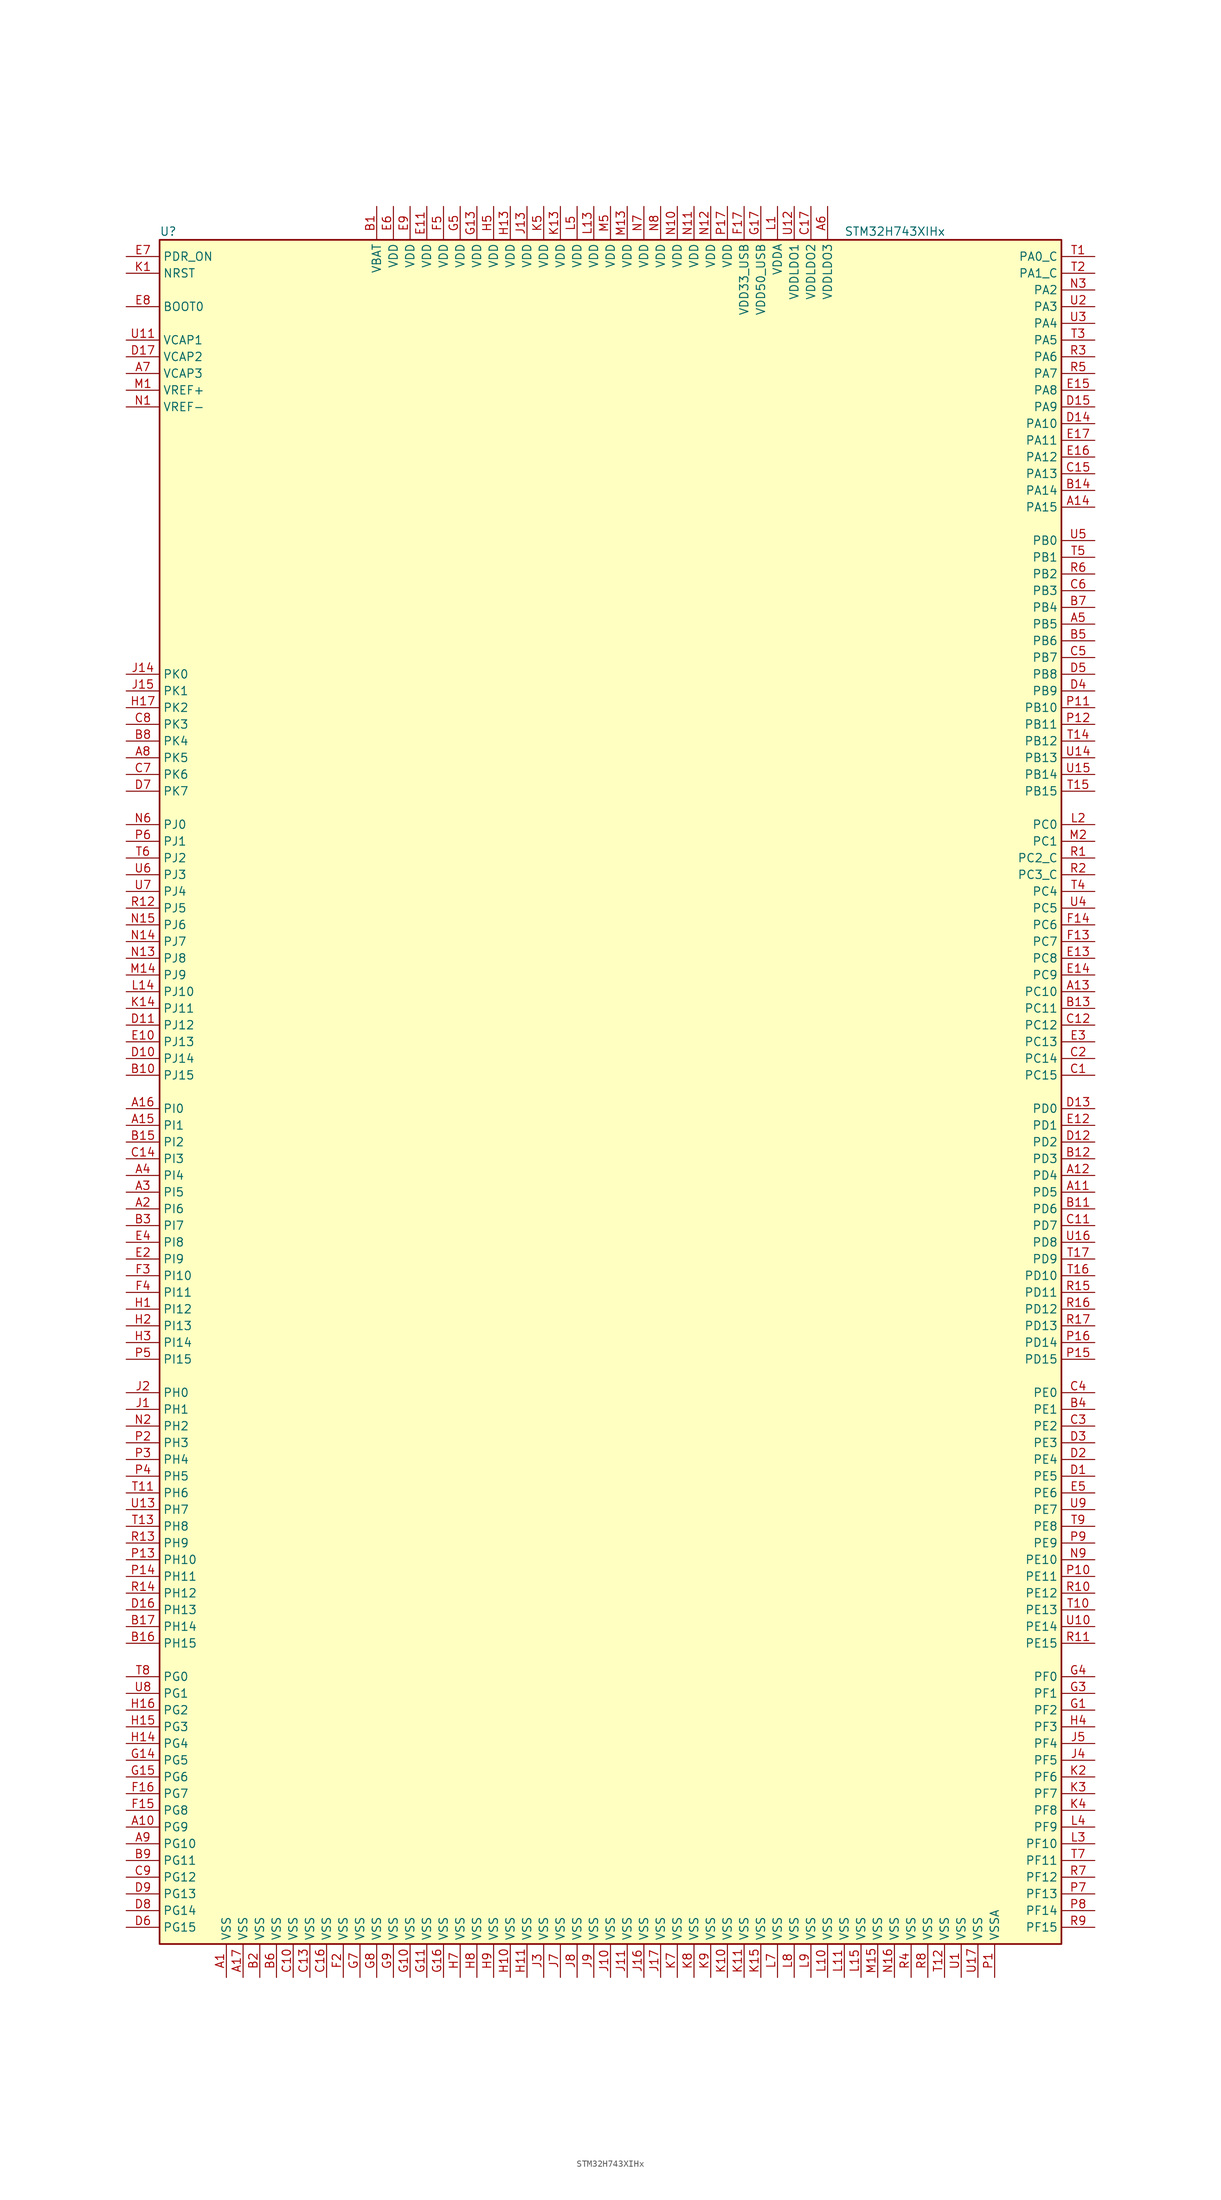
<source format=kicad_sym>
(kicad_symbol_lib
  (version 20211014)
  (generator kicad_symbol_editor)
  (symbol "STM32H743XIHx"
    (property "Reference" "U"
      (at -68.58 130.81 0)
      (effects (font (size 1.27 1.27)) (justify left)))
    (property "Value" "STM32H743XIHx"
      (at 35.56 130.81 0)
      (effects (font (size 1.27 1.27)) (justify left)))
    (symbol "STM32H743XIHx_0_1"
      (rectangle (start -68.58 -129.54) (end 68.58 129.54) (stroke (width 0.254) (type default) (color 0 0 0 0)) (fill (type background))))
    (symbol "STM32H743XIHx_1_1"
      (pin power_in line (at -58.42 -134.62 90) (length 5.08) (name "VSS" (effects (font (size 1.27 1.27)))) (number "A1" (effects (font (size 1.27 1.27)))))
      (pin bidirectional line (at -73.66 -111.76 0) (length 5.08) (name "PG9" (effects (font (size 1.27 1.27)))) (number "A10" (effects (font (size 1.27 1.27)))))
      (pin bidirectional line (at 73.66 -15.24 180) (length 5.08) (name "PD5" (effects (font (size 1.27 1.27)))) (number "A11" (effects (font (size 1.27 1.27)))))
      (pin bidirectional line (at 73.66 -12.7 180) (length 5.08) (name "PD4" (effects (font (size 1.27 1.27)))) (number "A12" (effects (font (size 1.27 1.27)))))
      (pin bidirectional line (at 73.66 15.24 180) (length 5.08) (name "PC10" (effects (font (size 1.27 1.27)))) (number "A13" (effects (font (size 1.27 1.27)))))
      (pin bidirectional line (at 73.66 88.9 180) (length 5.08) (name "PA15" (effects (font (size 1.27 1.27)))) (number "A14" (effects (font (size 1.27 1.27)))))
      (pin bidirectional line (at -73.66 -5.08 0) (length 5.08) (name "PI1" (effects (font (size 1.27 1.27)))) (number "A15" (effects (font (size 1.27 1.27)))))
      (pin bidirectional line (at -73.66 -2.54 0) (length 5.08) (name "PI0" (effects (font (size 1.27 1.27)))) (number "A16" (effects (font (size 1.27 1.27)))))
      (pin power_in line (at -55.88 -134.62 90) (length 5.08) (name "VSS" (effects (font (size 1.27 1.27)))) (number "A17" (effects (font (size 1.27 1.27)))))
      (pin bidirectional line (at -73.66 -17.78 0) (length 5.08) (name "PI6" (effects (font (size 1.27 1.27)))) (number "A2" (effects (font (size 1.27 1.27)))))
      (pin bidirectional line (at -73.66 -15.24 0) (length 5.08) (name "PI5" (effects (font (size 1.27 1.27)))) (number "A3" (effects (font (size 1.27 1.27)))))
      (pin bidirectional line (at -73.66 -12.7 0) (length 5.08) (name "PI4" (effects (font (size 1.27 1.27)))) (number "A4" (effects (font (size 1.27 1.27)))))
      (pin bidirectional line (at 73.66 71.12 180) (length 5.08) (name "PB5" (effects (font (size 1.27 1.27)))) (number "A5" (effects (font (size 1.27 1.27)))))
      (pin power_in line (at 33.02 134.62 270) (length 5.08) (name "VDDLDO3" (effects (font (size 1.27 1.27)))) (number "A6" (effects (font (size 1.27 1.27)))))
      (pin power_in line (at -73.66 109.22 0) (length 5.08) (name "VCAP3" (effects (font (size 1.27 1.27)))) (number "A7" (effects (font (size 1.27 1.27)))))
      (pin bidirectional line (at -73.66 50.8 0) (length 5.08) (name "PK5" (effects (font (size 1.27 1.27)))) (number "A8" (effects (font (size 1.27 1.27)))))
      (pin bidirectional line (at -73.66 -114.3 0) (length 5.08) (name "PG10" (effects (font (size 1.27 1.27)))) (number "A9" (effects (font (size 1.27 1.27)))))
      (pin power_in line (at -35.56 134.62 270) (length 5.08) (name "VBAT" (effects (font (size 1.27 1.27)))) (number "B1" (effects (font (size 1.27 1.27)))))
      (pin bidirectional line (at -73.66 2.54 0) (length 5.08) (name "PJ15" (effects (font (size 1.27 1.27)))) (number "B10" (effects (font (size 1.27 1.27)))))
      (pin bidirectional line (at 73.66 -17.78 180) (length 5.08) (name "PD6" (effects (font (size 1.27 1.27)))) (number "B11" (effects (font (size 1.27 1.27)))))
      (pin bidirectional line (at 73.66 -10.16 180) (length 5.08) (name "PD3" (effects (font (size 1.27 1.27)))) (number "B12" (effects (font (size 1.27 1.27)))))
      (pin bidirectional line (at 73.66 12.7 180) (length 5.08) (name "PC11" (effects (font (size 1.27 1.27)))) (number "B13" (effects (font (size 1.27 1.27)))))
      (pin bidirectional line (at 73.66 91.44 180) (length 5.08) (name "PA14" (effects (font (size 1.27 1.27)))) (number "B14" (effects (font (size 1.27 1.27)))))
      (pin bidirectional line (at -73.66 -7.62 0) (length 5.08) (name "PI2" (effects (font (size 1.27 1.27)))) (number "B15" (effects (font (size 1.27 1.27)))))
      (pin bidirectional line (at -73.66 -83.82 0) (length 5.08) (name "PH15" (effects (font (size 1.27 1.27)))) (number "B16" (effects (font (size 1.27 1.27)))))
      (pin bidirectional line (at -73.66 -81.28 0) (length 5.08) (name "PH14" (effects (font (size 1.27 1.27)))) (number "B17" (effects (font (size 1.27 1.27)))))
      (pin power_in line (at -53.34 -134.62 90) (length 5.08) (name "VSS" (effects (font (size 1.27 1.27)))) (number "B2" (effects (font (size 1.27 1.27)))))
      (pin bidirectional line (at -73.66 -20.32 0) (length 5.08) (name "PI7" (effects (font (size 1.27 1.27)))) (number "B3" (effects (font (size 1.27 1.27)))))
      (pin bidirectional line (at 73.66 -48.26 180) (length 5.08) (name "PE1" (effects (font (size 1.27 1.27)))) (number "B4" (effects (font (size 1.27 1.27)))))
      (pin bidirectional line (at 73.66 68.58 180) (length 5.08) (name "PB6" (effects (font (size 1.27 1.27)))) (number "B5" (effects (font (size 1.27 1.27)))))
      (pin power_in line (at -50.8 -134.62 90) (length 5.08) (name "VSS" (effects (font (size 1.27 1.27)))) (number "B6" (effects (font (size 1.27 1.27)))))
      (pin bidirectional line (at 73.66 73.66 180) (length 5.08) (name "PB4" (effects (font (size 1.27 1.27)))) (number "B7" (effects (font (size 1.27 1.27)))))
      (pin bidirectional line (at -73.66 53.34 0) (length 5.08) (name "PK4" (effects (font (size 1.27 1.27)))) (number "B8" (effects (font (size 1.27 1.27)))))
      (pin bidirectional line (at -73.66 -116.84 0) (length 5.08) (name "PG11" (effects (font (size 1.27 1.27)))) (number "B9" (effects (font (size 1.27 1.27)))))
      (pin bidirectional line (at 73.66 2.54 180) (length 5.08) (name "PC15" (effects (font (size 1.27 1.27)))) (number "C1" (effects (font (size 1.27 1.27)))))
      (pin power_in line (at -48.26 -134.62 90) (length 5.08) (name "VSS" (effects (font (size 1.27 1.27)))) (number "C10" (effects (font (size 1.27 1.27)))))
      (pin bidirectional line (at 73.66 -20.32 180) (length 5.08) (name "PD7" (effects (font (size 1.27 1.27)))) (number "C11" (effects (font (size 1.27 1.27)))))
      (pin bidirectional line (at 73.66 10.16 180) (length 5.08) (name "PC12" (effects (font (size 1.27 1.27)))) (number "C12" (effects (font (size 1.27 1.27)))))
      (pin power_in line (at -45.72 -134.62 90) (length 5.08) (name "VSS" (effects (font (size 1.27 1.27)))) (number "C13" (effects (font (size 1.27 1.27)))))
      (pin bidirectional line (at -73.66 -10.16 0) (length 5.08) (name "PI3" (effects (font (size 1.27 1.27)))) (number "C14" (effects (font (size 1.27 1.27)))))
      (pin bidirectional line (at 73.66 93.98 180) (length 5.08) (name "PA13" (effects (font (size 1.27 1.27)))) (number "C15" (effects (font (size 1.27 1.27)))))
      (pin power_in line (at -43.18 -134.62 90) (length 5.08) (name "VSS" (effects (font (size 1.27 1.27)))) (number "C16" (effects (font (size 1.27 1.27)))))
      (pin power_in line (at 30.48 134.62 270) (length 5.08) (name "VDDLDO2" (effects (font (size 1.27 1.27)))) (number "C17" (effects (font (size 1.27 1.27)))))
      (pin bidirectional line (at 73.66 5.08 180) (length 5.08) (name "PC14" (effects (font (size 1.27 1.27)))) (number "C2" (effects (font (size 1.27 1.27)))))
      (pin bidirectional line (at 73.66 -50.8 180) (length 5.08) (name "PE2" (effects (font (size 1.27 1.27)))) (number "C3" (effects (font (size 1.27 1.27)))))
      (pin bidirectional line (at 73.66 -45.72 180) (length 5.08) (name "PE0" (effects (font (size 1.27 1.27)))) (number "C4" (effects (font (size 1.27 1.27)))))
      (pin bidirectional line (at 73.66 66.04 180) (length 5.08) (name "PB7" (effects (font (size 1.27 1.27)))) (number "C5" (effects (font (size 1.27 1.27)))))
      (pin bidirectional line (at 73.66 76.2 180) (length 5.08) (name "PB3" (effects (font (size 1.27 1.27)))) (number "C6" (effects (font (size 1.27 1.27)))))
      (pin bidirectional line (at -73.66 48.26 0) (length 5.08) (name "PK6" (effects (font (size 1.27 1.27)))) (number "C7" (effects (font (size 1.27 1.27)))))
      (pin bidirectional line (at -73.66 55.88 0) (length 5.08) (name "PK3" (effects (font (size 1.27 1.27)))) (number "C8" (effects (font (size 1.27 1.27)))))
      (pin bidirectional line (at -73.66 -119.38 0) (length 5.08) (name "PG12" (effects (font (size 1.27 1.27)))) (number "C9" (effects (font (size 1.27 1.27)))))
      (pin bidirectional line (at 73.66 -58.42 180) (length 5.08) (name "PE5" (effects (font (size 1.27 1.27)))) (number "D1" (effects (font (size 1.27 1.27)))))
      (pin bidirectional line (at -73.66 5.08 0) (length 5.08) (name "PJ14" (effects (font (size 1.27 1.27)))) (number "D10" (effects (font (size 1.27 1.27)))))
      (pin bidirectional line (at -73.66 10.16 0) (length 5.08) (name "PJ12" (effects (font (size 1.27 1.27)))) (number "D11" (effects (font (size 1.27 1.27)))))
      (pin bidirectional line (at 73.66 -7.62 180) (length 5.08) (name "PD2" (effects (font (size 1.27 1.27)))) (number "D12" (effects (font (size 1.27 1.27)))))
      (pin bidirectional line (at 73.66 -2.54 180) (length 5.08) (name "PD0" (effects (font (size 1.27 1.27)))) (number "D13" (effects (font (size 1.27 1.27)))))
      (pin bidirectional line (at 73.66 101.6 180) (length 5.08) (name "PA10" (effects (font (size 1.27 1.27)))) (number "D14" (effects (font (size 1.27 1.27)))))
      (pin bidirectional line (at 73.66 104.14 180) (length 5.08) (name "PA9" (effects (font (size 1.27 1.27)))) (number "D15" (effects (font (size 1.27 1.27)))))
      (pin bidirectional line (at -73.66 -78.74 0) (length 5.08) (name "PH13" (effects (font (size 1.27 1.27)))) (number "D16" (effects (font (size 1.27 1.27)))))
      (pin power_in line (at -73.66 111.76 0) (length 5.08) (name "VCAP2" (effects (font (size 1.27 1.27)))) (number "D17" (effects (font (size 1.27 1.27)))))
      (pin bidirectional line (at 73.66 -55.88 180) (length 5.08) (name "PE4" (effects (font (size 1.27 1.27)))) (number "D2" (effects (font (size 1.27 1.27)))))
      (pin bidirectional line (at 73.66 -53.34 180) (length 5.08) (name "PE3" (effects (font (size 1.27 1.27)))) (number "D3" (effects (font (size 1.27 1.27)))))
      (pin bidirectional line (at 73.66 60.96 180) (length 5.08) (name "PB9" (effects (font (size 1.27 1.27)))) (number "D4" (effects (font (size 1.27 1.27)))))
      (pin bidirectional line (at 73.66 63.5 180) (length 5.08) (name "PB8" (effects (font (size 1.27 1.27)))) (number "D5" (effects (font (size 1.27 1.27)))))
      (pin bidirectional line (at -73.66 -127 0) (length 5.08) (name "PG15" (effects (font (size 1.27 1.27)))) (number "D6" (effects (font (size 1.27 1.27)))))
      (pin bidirectional line (at -73.66 45.72 0) (length 5.08) (name "PK7" (effects (font (size 1.27 1.27)))) (number "D7" (effects (font (size 1.27 1.27)))))
      (pin bidirectional line (at -73.66 -124.46 0) (length 5.08) (name "PG14" (effects (font (size 1.27 1.27)))) (number "D8" (effects (font (size 1.27 1.27)))))
      (pin bidirectional line (at -73.66 -121.92 0) (length 5.08) (name "PG13" (effects (font (size 1.27 1.27)))) (number "D9" (effects (font (size 1.27 1.27)))))
      (pin no_connect line (at -68.58 -127 0) (length 5.08) hide (name "NC" (effects (font (size 1.27 1.27)))) (number "E1" (effects (font (size 1.27 1.27)))))
      (pin bidirectional line (at -73.66 7.62 0) (length 5.08) (name "PJ13" (effects (font (size 1.27 1.27)))) (number "E10" (effects (font (size 1.27 1.27)))))
      (pin power_in line (at -27.94 134.62 270) (length 5.08) (name "VDD" (effects (font (size 1.27 1.27)))) (number "E11" (effects (font (size 1.27 1.27)))))
      (pin bidirectional line (at 73.66 -5.08 180) (length 5.08) (name "PD1" (effects (font (size 1.27 1.27)))) (number "E12" (effects (font (size 1.27 1.27)))))
      (pin bidirectional line (at 73.66 20.32 180) (length 5.08) (name "PC8" (effects (font (size 1.27 1.27)))) (number "E13" (effects (font (size 1.27 1.27)))))
      (pin bidirectional line (at 73.66 17.78 180) (length 5.08) (name "PC9" (effects (font (size 1.27 1.27)))) (number "E14" (effects (font (size 1.27 1.27)))))
      (pin bidirectional line (at 73.66 106.68 180) (length 5.08) (name "PA8" (effects (font (size 1.27 1.27)))) (number "E15" (effects (font (size 1.27 1.27)))))
      (pin bidirectional line (at 73.66 96.52 180) (length 5.08) (name "PA12" (effects (font (size 1.27 1.27)))) (number "E16" (effects (font (size 1.27 1.27)))))
      (pin bidirectional line (at 73.66 99.06 180) (length 5.08) (name "PA11" (effects (font (size 1.27 1.27)))) (number "E17" (effects (font (size 1.27 1.27)))))
      (pin bidirectional line (at -73.66 -25.4 0) (length 5.08) (name "PI9" (effects (font (size 1.27 1.27)))) (number "E2" (effects (font (size 1.27 1.27)))))
      (pin bidirectional line (at 73.66 7.62 180) (length 5.08) (name "PC13" (effects (font (size 1.27 1.27)))) (number "E3" (effects (font (size 1.27 1.27)))))
      (pin bidirectional line (at -73.66 -22.86 0) (length 5.08) (name "PI8" (effects (font (size 1.27 1.27)))) (number "E4" (effects (font (size 1.27 1.27)))))
      (pin bidirectional line (at 73.66 -60.96 180) (length 5.08) (name "PE6" (effects (font (size 1.27 1.27)))) (number "E5" (effects (font (size 1.27 1.27)))))
      (pin power_in line (at -33.02 134.62 270) (length 5.08) (name "VDD" (effects (font (size 1.27 1.27)))) (number "E6" (effects (font (size 1.27 1.27)))))
      (pin input line (at -73.66 127 0) (length 5.08) (name "PDR_ON" (effects (font (size 1.27 1.27)))) (number "E7" (effects (font (size 1.27 1.27)))))
      (pin input line (at -73.66 119.38 0) (length 5.08) (name "BOOT0" (effects (font (size 1.27 1.27)))) (number "E8" (effects (font (size 1.27 1.27)))))
      (pin power_in line (at -30.48 134.62 270) (length 5.08) (name "VDD" (effects (font (size 1.27 1.27)))) (number "E9" (effects (font (size 1.27 1.27)))))
      (pin no_connect line (at -68.58 -124.46 0) (length 5.08) hide (name "NC" (effects (font (size 1.27 1.27)))) (number "F1" (effects (font (size 1.27 1.27)))))
      (pin bidirectional line (at 73.66 22.86 180) (length 5.08) (name "PC7" (effects (font (size 1.27 1.27)))) (number "F13" (effects (font (size 1.27 1.27)))))
      (pin bidirectional line (at 73.66 25.4 180) (length 5.08) (name "PC6" (effects (font (size 1.27 1.27)))) (number "F14" (effects (font (size 1.27 1.27)))))
      (pin bidirectional line (at -73.66 -109.22 0) (length 5.08) (name "PG8" (effects (font (size 1.27 1.27)))) (number "F15" (effects (font (size 1.27 1.27)))))
      (pin bidirectional line (at -73.66 -106.68 0) (length 5.08) (name "PG7" (effects (font (size 1.27 1.27)))) (number "F16" (effects (font (size 1.27 1.27)))))
      (pin power_in line (at 20.32 134.62 270) (length 5.08) (name "VDD33_USB" (effects (font (size 1.27 1.27)))) (number "F17" (effects (font (size 1.27 1.27)))))
      (pin power_in line (at -40.64 -134.62 90) (length 5.08) (name "VSS" (effects (font (size 1.27 1.27)))) (number "F2" (effects (font (size 1.27 1.27)))))
      (pin bidirectional line (at -73.66 -27.94 0) (length 5.08) (name "PI10" (effects (font (size 1.27 1.27)))) (number "F3" (effects (font (size 1.27 1.27)))))
      (pin bidirectional line (at -73.66 -30.48 0) (length 5.08) (name "PI11" (effects (font (size 1.27 1.27)))) (number "F4" (effects (font (size 1.27 1.27)))))
      (pin power_in line (at -25.4 134.62 270) (length 5.08) (name "VDD" (effects (font (size 1.27 1.27)))) (number "F5" (effects (font (size 1.27 1.27)))))
      (pin bidirectional line (at 73.66 -93.98 180) (length 5.08) (name "PF2" (effects (font (size 1.27 1.27)))) (number "G1" (effects (font (size 1.27 1.27)))))
      (pin power_in line (at -30.48 -134.62 90) (length 5.08) (name "VSS" (effects (font (size 1.27 1.27)))) (number "G10" (effects (font (size 1.27 1.27)))))
      (pin power_in line (at -27.94 -134.62 90) (length 5.08) (name "VSS" (effects (font (size 1.27 1.27)))) (number "G11" (effects (font (size 1.27 1.27)))))
      (pin power_in line (at -20.32 134.62 270) (length 5.08) (name "VDD" (effects (font (size 1.27 1.27)))) (number "G13" (effects (font (size 1.27 1.27)))))
      (pin bidirectional line (at -73.66 -101.6 0) (length 5.08) (name "PG5" (effects (font (size 1.27 1.27)))) (number "G14" (effects (font (size 1.27 1.27)))))
      (pin bidirectional line (at -73.66 -104.14 0) (length 5.08) (name "PG6" (effects (font (size 1.27 1.27)))) (number "G15" (effects (font (size 1.27 1.27)))))
      (pin power_in line (at -25.4 -134.62 90) (length 5.08) (name "VSS" (effects (font (size 1.27 1.27)))) (number "G16" (effects (font (size 1.27 1.27)))))
      (pin power_in line (at 22.86 134.62 270) (length 5.08) (name "VDD50_USB" (effects (font (size 1.27 1.27)))) (number "G17" (effects (font (size 1.27 1.27)))))
      (pin no_connect line (at -68.58 -121.92 0) (length 5.08) hide (name "NC" (effects (font (size 1.27 1.27)))) (number "G2" (effects (font (size 1.27 1.27)))))
      (pin bidirectional line (at 73.66 -91.44 180) (length 5.08) (name "PF1" (effects (font (size 1.27 1.27)))) (number "G3" (effects (font (size 1.27 1.27)))))
      (pin bidirectional line (at 73.66 -88.9 180) (length 5.08) (name "PF0" (effects (font (size 1.27 1.27)))) (number "G4" (effects (font (size 1.27 1.27)))))
      (pin power_in line (at -22.86 134.62 270) (length 5.08) (name "VDD" (effects (font (size 1.27 1.27)))) (number "G5" (effects (font (size 1.27 1.27)))))
      (pin power_in line (at -38.1 -134.62 90) (length 5.08) (name "VSS" (effects (font (size 1.27 1.27)))) (number "G7" (effects (font (size 1.27 1.27)))))
      (pin power_in line (at -35.56 -134.62 90) (length 5.08) (name "VSS" (effects (font (size 1.27 1.27)))) (number "G8" (effects (font (size 1.27 1.27)))))
      (pin power_in line (at -33.02 -134.62 90) (length 5.08) (name "VSS" (effects (font (size 1.27 1.27)))) (number "G9" (effects (font (size 1.27 1.27)))))
      (pin bidirectional line (at -73.66 -33.02 0) (length 5.08) (name "PI12" (effects (font (size 1.27 1.27)))) (number "H1" (effects (font (size 1.27 1.27)))))
      (pin power_in line (at -15.24 -134.62 90) (length 5.08) (name "VSS" (effects (font (size 1.27 1.27)))) (number "H10" (effects (font (size 1.27 1.27)))))
      (pin power_in line (at -12.7 -134.62 90) (length 5.08) (name "VSS" (effects (font (size 1.27 1.27)))) (number "H11" (effects (font (size 1.27 1.27)))))
      (pin power_in line (at -15.24 134.62 270) (length 5.08) (name "VDD" (effects (font (size 1.27 1.27)))) (number "H13" (effects (font (size 1.27 1.27)))))
      (pin bidirectional line (at -73.66 -99.06 0) (length 5.08) (name "PG4" (effects (font (size 1.27 1.27)))) (number "H14" (effects (font (size 1.27 1.27)))))
      (pin bidirectional line (at -73.66 -96.52 0) (length 5.08) (name "PG3" (effects (font (size 1.27 1.27)))) (number "H15" (effects (font (size 1.27 1.27)))))
      (pin bidirectional line (at -73.66 -93.98 0) (length 5.08) (name "PG2" (effects (font (size 1.27 1.27)))) (number "H16" (effects (font (size 1.27 1.27)))))
      (pin bidirectional line (at -73.66 58.42 0) (length 5.08) (name "PK2" (effects (font (size 1.27 1.27)))) (number "H17" (effects (font (size 1.27 1.27)))))
      (pin bidirectional line (at -73.66 -35.56 0) (length 5.08) (name "PI13" (effects (font (size 1.27 1.27)))) (number "H2" (effects (font (size 1.27 1.27)))))
      (pin bidirectional line (at -73.66 -38.1 0) (length 5.08) (name "PI14" (effects (font (size 1.27 1.27)))) (number "H3" (effects (font (size 1.27 1.27)))))
      (pin bidirectional line (at 73.66 -96.52 180) (length 5.08) (name "PF3" (effects (font (size 1.27 1.27)))) (number "H4" (effects (font (size 1.27 1.27)))))
      (pin power_in line (at -17.78 134.62 270) (length 5.08) (name "VDD" (effects (font (size 1.27 1.27)))) (number "H5" (effects (font (size 1.27 1.27)))))
      (pin power_in line (at -22.86 -134.62 90) (length 5.08) (name "VSS" (effects (font (size 1.27 1.27)))) (number "H7" (effects (font (size 1.27 1.27)))))
      (pin power_in line (at -20.32 -134.62 90) (length 5.08) (name "VSS" (effects (font (size 1.27 1.27)))) (number "H8" (effects (font (size 1.27 1.27)))))
      (pin power_in line (at -17.78 -134.62 90) (length 5.08) (name "VSS" (effects (font (size 1.27 1.27)))) (number "H9" (effects (font (size 1.27 1.27)))))
      (pin input line (at -73.66 -48.26 0) (length 5.08) (name "PH1" (effects (font (size 1.27 1.27)))) (number "J1" (effects (font (size 1.27 1.27)))))
      (pin power_in line (at 0 -134.62 90) (length 5.08) (name "VSS" (effects (font (size 1.27 1.27)))) (number "J10" (effects (font (size 1.27 1.27)))))
      (pin power_in line (at 2.54 -134.62 90) (length 5.08) (name "VSS" (effects (font (size 1.27 1.27)))) (number "J11" (effects (font (size 1.27 1.27)))))
      (pin power_in line (at -12.7 134.62 270) (length 5.08) (name "VDD" (effects (font (size 1.27 1.27)))) (number "J13" (effects (font (size 1.27 1.27)))))
      (pin bidirectional line (at -73.66 63.5 0) (length 5.08) (name "PK0" (effects (font (size 1.27 1.27)))) (number "J14" (effects (font (size 1.27 1.27)))))
      (pin bidirectional line (at -73.66 60.96 0) (length 5.08) (name "PK1" (effects (font (size 1.27 1.27)))) (number "J15" (effects (font (size 1.27 1.27)))))
      (pin power_in line (at 5.08 -134.62 90) (length 5.08) (name "VSS" (effects (font (size 1.27 1.27)))) (number "J16" (effects (font (size 1.27 1.27)))))
      (pin power_in line (at 7.62 -134.62 90) (length 5.08) (name "VSS" (effects (font (size 1.27 1.27)))) (number "J17" (effects (font (size 1.27 1.27)))))
      (pin input line (at -73.66 -45.72 0) (length 5.08) (name "PH0" (effects (font (size 1.27 1.27)))) (number "J2" (effects (font (size 1.27 1.27)))))
      (pin power_in line (at -10.16 -134.62 90) (length 5.08) (name "VSS" (effects (font (size 1.27 1.27)))) (number "J3" (effects (font (size 1.27 1.27)))))
      (pin bidirectional line (at 73.66 -101.6 180) (length 5.08) (name "PF5" (effects (font (size 1.27 1.27)))) (number "J4" (effects (font (size 1.27 1.27)))))
      (pin bidirectional line (at 73.66 -99.06 180) (length 5.08) (name "PF4" (effects (font (size 1.27 1.27)))) (number "J5" (effects (font (size 1.27 1.27)))))
      (pin power_in line (at -7.62 -134.62 90) (length 5.08) (name "VSS" (effects (font (size 1.27 1.27)))) (number "J7" (effects (font (size 1.27 1.27)))))
      (pin power_in line (at -5.08 -134.62 90) (length 5.08) (name "VSS" (effects (font (size 1.27 1.27)))) (number "J8" (effects (font (size 1.27 1.27)))))
      (pin power_in line (at -2.54 -134.62 90) (length 5.08) (name "VSS" (effects (font (size 1.27 1.27)))) (number "J9" (effects (font (size 1.27 1.27)))))
      (pin input line (at -73.66 124.46 0) (length 5.08) (name "NRST" (effects (font (size 1.27 1.27)))) (number "K1" (effects (font (size 1.27 1.27)))))
      (pin power_in line (at 17.78 -134.62 90) (length 5.08) (name "VSS" (effects (font (size 1.27 1.27)))) (number "K10" (effects (font (size 1.27 1.27)))))
      (pin power_in line (at 20.32 -134.62 90) (length 5.08) (name "VSS" (effects (font (size 1.27 1.27)))) (number "K11" (effects (font (size 1.27 1.27)))))
      (pin power_in line (at -7.62 134.62 270) (length 5.08) (name "VDD" (effects (font (size 1.27 1.27)))) (number "K13" (effects (font (size 1.27 1.27)))))
      (pin bidirectional line (at -73.66 12.7 0) (length 5.08) (name "PJ11" (effects (font (size 1.27 1.27)))) (number "K14" (effects (font (size 1.27 1.27)))))
      (pin power_in line (at 22.86 -134.62 90) (length 5.08) (name "VSS" (effects (font (size 1.27 1.27)))) (number "K15" (effects (font (size 1.27 1.27)))))
      (pin no_connect line (at -68.58 -119.38 0) (length 5.08) hide (name "NC" (effects (font (size 1.27 1.27)))) (number "K16" (effects (font (size 1.27 1.27)))))
      (pin no_connect line (at -68.58 -116.84 0) (length 5.08) hide (name "NC" (effects (font (size 1.27 1.27)))) (number "K17" (effects (font (size 1.27 1.27)))))
      (pin bidirectional line (at 73.66 -104.14 180) (length 5.08) (name "PF6" (effects (font (size 1.27 1.27)))) (number "K2" (effects (font (size 1.27 1.27)))))
      (pin bidirectional line (at 73.66 -106.68 180) (length 5.08) (name "PF7" (effects (font (size 1.27 1.27)))) (number "K3" (effects (font (size 1.27 1.27)))))
      (pin bidirectional line (at 73.66 -109.22 180) (length 5.08) (name "PF8" (effects (font (size 1.27 1.27)))) (number "K4" (effects (font (size 1.27 1.27)))))
      (pin power_in line (at -10.16 134.62 270) (length 5.08) (name "VDD" (effects (font (size 1.27 1.27)))) (number "K5" (effects (font (size 1.27 1.27)))))
      (pin power_in line (at 10.16 -134.62 90) (length 5.08) (name "VSS" (effects (font (size 1.27 1.27)))) (number "K7" (effects (font (size 1.27 1.27)))))
      (pin power_in line (at 12.7 -134.62 90) (length 5.08) (name "VSS" (effects (font (size 1.27 1.27)))) (number "K8" (effects (font (size 1.27 1.27)))))
      (pin power_in line (at 15.24 -134.62 90) (length 5.08) (name "VSS" (effects (font (size 1.27 1.27)))) (number "K9" (effects (font (size 1.27 1.27)))))
      (pin power_in line (at 25.4 134.62 270) (length 5.08) (name "VDDA" (effects (font (size 1.27 1.27)))) (number "L1" (effects (font (size 1.27 1.27)))))
      (pin power_in line (at 33.02 -134.62 90) (length 5.08) (name "VSS" (effects (font (size 1.27 1.27)))) (number "L10" (effects (font (size 1.27 1.27)))))
      (pin power_in line (at 35.56 -134.62 90) (length 5.08) (name "VSS" (effects (font (size 1.27 1.27)))) (number "L11" (effects (font (size 1.27 1.27)))))
      (pin power_in line (at -2.54 134.62 270) (length 5.08) (name "VDD" (effects (font (size 1.27 1.27)))) (number "L13" (effects (font (size 1.27 1.27)))))
      (pin bidirectional line (at -73.66 15.24 0) (length 5.08) (name "PJ10" (effects (font (size 1.27 1.27)))) (number "L14" (effects (font (size 1.27 1.27)))))
      (pin power_in line (at 38.1 -134.62 90) (length 5.08) (name "VSS" (effects (font (size 1.27 1.27)))) (number "L15" (effects (font (size 1.27 1.27)))))
      (pin no_connect line (at -68.58 -114.3 0) (length 5.08) hide (name "NC" (effects (font (size 1.27 1.27)))) (number "L16" (effects (font (size 1.27 1.27)))))
      (pin no_connect line (at -68.58 -111.76 0) (length 5.08) hide (name "NC" (effects (font (size 1.27 1.27)))) (number "L17" (effects (font (size 1.27 1.27)))))
      (pin bidirectional line (at 73.66 40.64 180) (length 5.08) (name "PC0" (effects (font (size 1.27 1.27)))) (number "L2" (effects (font (size 1.27 1.27)))))
      (pin bidirectional line (at 73.66 -114.3 180) (length 5.08) (name "PF10" (effects (font (size 1.27 1.27)))) (number "L3" (effects (font (size 1.27 1.27)))))
      (pin bidirectional line (at 73.66 -111.76 180) (length 5.08) (name "PF9" (effects (font (size 1.27 1.27)))) (number "L4" (effects (font (size 1.27 1.27)))))
      (pin power_in line (at -5.08 134.62 270) (length 5.08) (name "VDD" (effects (font (size 1.27 1.27)))) (number "L5" (effects (font (size 1.27 1.27)))))
      (pin power_in line (at 25.4 -134.62 90) (length 5.08) (name "VSS" (effects (font (size 1.27 1.27)))) (number "L7" (effects (font (size 1.27 1.27)))))
      (pin power_in line (at 27.94 -134.62 90) (length 5.08) (name "VSS" (effects (font (size 1.27 1.27)))) (number "L8" (effects (font (size 1.27 1.27)))))
      (pin power_in line (at 30.48 -134.62 90) (length 5.08) (name "VSS" (effects (font (size 1.27 1.27)))) (number "L9" (effects (font (size 1.27 1.27)))))
      (pin bidirectional line (at -73.66 106.68 0) (length 5.08) (name "VREF+" (effects (font (size 1.27 1.27)))) (number "M1" (effects (font (size 1.27 1.27)))))
      (pin power_in line (at 2.54 134.62 270) (length 5.08) (name "VDD" (effects (font (size 1.27 1.27)))) (number "M13" (effects (font (size 1.27 1.27)))))
      (pin bidirectional line (at -73.66 17.78 0) (length 5.08) (name "PJ9" (effects (font (size 1.27 1.27)))) (number "M14" (effects (font (size 1.27 1.27)))))
      (pin power_in line (at 40.64 -134.62 90) (length 5.08) (name "VSS" (effects (font (size 1.27 1.27)))) (number "M15" (effects (font (size 1.27 1.27)))))
      (pin no_connect line (at -68.58 -109.22 0) (length 5.08) hide (name "NC" (effects (font (size 1.27 1.27)))) (number "M16" (effects (font (size 1.27 1.27)))))
      (pin no_connect line (at -68.58 -106.68 0) (length 5.08) hide (name "NC" (effects (font (size 1.27 1.27)))) (number "M17" (effects (font (size 1.27 1.27)))))
      (pin bidirectional line (at 73.66 38.1 180) (length 5.08) (name "PC1" (effects (font (size 1.27 1.27)))) (number "M2" (effects (font (size 1.27 1.27)))))
      (pin power_in line (at 0 134.62 270) (length 5.08) (name "VDD" (effects (font (size 1.27 1.27)))) (number "M5" (effects (font (size 1.27 1.27)))))
      (pin power_in line (at -73.66 104.14 0) (length 5.08) (name "VREF-" (effects (font (size 1.27 1.27)))) (number "N1" (effects (font (size 1.27 1.27)))))
      (pin power_in line (at 10.16 134.62 270) (length 5.08) (name "VDD" (effects (font (size 1.27 1.27)))) (number "N10" (effects (font (size 1.27 1.27)))))
      (pin power_in line (at 12.7 134.62 270) (length 5.08) (name "VDD" (effects (font (size 1.27 1.27)))) (number "N11" (effects (font (size 1.27 1.27)))))
      (pin power_in line (at 15.24 134.62 270) (length 5.08) (name "VDD" (effects (font (size 1.27 1.27)))) (number "N12" (effects (font (size 1.27 1.27)))))
      (pin bidirectional line (at -73.66 20.32 0) (length 5.08) (name "PJ8" (effects (font (size 1.27 1.27)))) (number "N13" (effects (font (size 1.27 1.27)))))
      (pin bidirectional line (at -73.66 22.86 0) (length 5.08) (name "PJ7" (effects (font (size 1.27 1.27)))) (number "N14" (effects (font (size 1.27 1.27)))))
      (pin bidirectional line (at -73.66 25.4 0) (length 5.08) (name "PJ6" (effects (font (size 1.27 1.27)))) (number "N15" (effects (font (size 1.27 1.27)))))
      (pin power_in line (at 43.18 -134.62 90) (length 5.08) (name "VSS" (effects (font (size 1.27 1.27)))) (number "N16" (effects (font (size 1.27 1.27)))))
      (pin no_connect line (at -68.58 -104.14 0) (length 5.08) hide (name "NC" (effects (font (size 1.27 1.27)))) (number "N17" (effects (font (size 1.27 1.27)))))
      (pin bidirectional line (at -73.66 -50.8 0) (length 5.08) (name "PH2" (effects (font (size 1.27 1.27)))) (number "N2" (effects (font (size 1.27 1.27)))))
      (pin bidirectional line (at 73.66 121.92 180) (length 5.08) (name "PA2" (effects (font (size 1.27 1.27)))) (number "N3" (effects (font (size 1.27 1.27)))))
      (pin bidirectional line (at -73.66 40.64 0) (length 5.08) (name "PJ0" (effects (font (size 1.27 1.27)))) (number "N6" (effects (font (size 1.27 1.27)))))
      (pin power_in line (at 5.08 134.62 270) (length 5.08) (name "VDD" (effects (font (size 1.27 1.27)))) (number "N7" (effects (font (size 1.27 1.27)))))
      (pin power_in line (at 7.62 134.62 270) (length 5.08) (name "VDD" (effects (font (size 1.27 1.27)))) (number "N8" (effects (font (size 1.27 1.27)))))
      (pin bidirectional line (at 73.66 -71.12 180) (length 5.08) (name "PE10" (effects (font (size 1.27 1.27)))) (number "N9" (effects (font (size 1.27 1.27)))))
      (pin power_in line (at 58.42 -134.62 90) (length 5.08) (name "VSSA" (effects (font (size 1.27 1.27)))) (number "P1" (effects (font (size 1.27 1.27)))))
      (pin bidirectional line (at 73.66 -73.66 180) (length 5.08) (name "PE11" (effects (font (size 1.27 1.27)))) (number "P10" (effects (font (size 1.27 1.27)))))
      (pin bidirectional line (at 73.66 58.42 180) (length 5.08) (name "PB10" (effects (font (size 1.27 1.27)))) (number "P11" (effects (font (size 1.27 1.27)))))
      (pin bidirectional line (at 73.66 55.88 180) (length 5.08) (name "PB11" (effects (font (size 1.27 1.27)))) (number "P12" (effects (font (size 1.27 1.27)))))
      (pin bidirectional line (at -73.66 -71.12 0) (length 5.08) (name "PH10" (effects (font (size 1.27 1.27)))) (number "P13" (effects (font (size 1.27 1.27)))))
      (pin bidirectional line (at -73.66 -73.66 0) (length 5.08) (name "PH11" (effects (font (size 1.27 1.27)))) (number "P14" (effects (font (size 1.27 1.27)))))
      (pin bidirectional line (at 73.66 -40.64 180) (length 5.08) (name "PD15" (effects (font (size 1.27 1.27)))) (number "P15" (effects (font (size 1.27 1.27)))))
      (pin bidirectional line (at 73.66 -38.1 180) (length 5.08) (name "PD14" (effects (font (size 1.27 1.27)))) (number "P16" (effects (font (size 1.27 1.27)))))
      (pin power_in line (at 17.78 134.62 270) (length 5.08) (name "VDD" (effects (font (size 1.27 1.27)))) (number "P17" (effects (font (size 1.27 1.27)))))
      (pin bidirectional line (at -73.66 -53.34 0) (length 5.08) (name "PH3" (effects (font (size 1.27 1.27)))) (number "P2" (effects (font (size 1.27 1.27)))))
      (pin bidirectional line (at -73.66 -55.88 0) (length 5.08) (name "PH4" (effects (font (size 1.27 1.27)))) (number "P3" (effects (font (size 1.27 1.27)))))
      (pin bidirectional line (at -73.66 -58.42 0) (length 5.08) (name "PH5" (effects (font (size 1.27 1.27)))) (number "P4" (effects (font (size 1.27 1.27)))))
      (pin bidirectional line (at -73.66 -40.64 0) (length 5.08) (name "PI15" (effects (font (size 1.27 1.27)))) (number "P5" (effects (font (size 1.27 1.27)))))
      (pin bidirectional line (at -73.66 38.1 0) (length 5.08) (name "PJ1" (effects (font (size 1.27 1.27)))) (number "P6" (effects (font (size 1.27 1.27)))))
      (pin bidirectional line (at 73.66 -121.92 180) (length 5.08) (name "PF13" (effects (font (size 1.27 1.27)))) (number "P7" (effects (font (size 1.27 1.27)))))
      (pin bidirectional line (at 73.66 -124.46 180) (length 5.08) (name "PF14" (effects (font (size 1.27 1.27)))) (number "P8" (effects (font (size 1.27 1.27)))))
      (pin bidirectional line (at 73.66 -68.58 180) (length 5.08) (name "PE9" (effects (font (size 1.27 1.27)))) (number "P9" (effects (font (size 1.27 1.27)))))
      (pin bidirectional line (at 73.66 35.56 180) (length 5.08) (name "PC2_C" (effects (font (size 1.27 1.27)))) (number "R1" (effects (font (size 1.27 1.27)))))
      (pin bidirectional line (at 73.66 -76.2 180) (length 5.08) (name "PE12" (effects (font (size 1.27 1.27)))) (number "R10" (effects (font (size 1.27 1.27)))))
      (pin bidirectional line (at 73.66 -83.82 180) (length 5.08) (name "PE15" (effects (font (size 1.27 1.27)))) (number "R11" (effects (font (size 1.27 1.27)))))
      (pin bidirectional line (at -73.66 27.94 0) (length 5.08) (name "PJ5" (effects (font (size 1.27 1.27)))) (number "R12" (effects (font (size 1.27 1.27)))))
      (pin bidirectional line (at -73.66 -68.58 0) (length 5.08) (name "PH9" (effects (font (size 1.27 1.27)))) (number "R13" (effects (font (size 1.27 1.27)))))
      (pin bidirectional line (at -73.66 -76.2 0) (length 5.08) (name "PH12" (effects (font (size 1.27 1.27)))) (number "R14" (effects (font (size 1.27 1.27)))))
      (pin bidirectional line (at 73.66 -30.48 180) (length 5.08) (name "PD11" (effects (font (size 1.27 1.27)))) (number "R15" (effects (font (size 1.27 1.27)))))
      (pin bidirectional line (at 73.66 -33.02 180) (length 5.08) (name "PD12" (effects (font (size 1.27 1.27)))) (number "R16" (effects (font (size 1.27 1.27)))))
      (pin bidirectional line (at 73.66 -35.56 180) (length 5.08) (name "PD13" (effects (font (size 1.27 1.27)))) (number "R17" (effects (font (size 1.27 1.27)))))
      (pin bidirectional line (at 73.66 33.02 180) (length 5.08) (name "PC3_C" (effects (font (size 1.27 1.27)))) (number "R2" (effects (font (size 1.27 1.27)))))
      (pin bidirectional line (at 73.66 111.76 180) (length 5.08) (name "PA6" (effects (font (size 1.27 1.27)))) (number "R3" (effects (font (size 1.27 1.27)))))
      (pin power_in line (at 45.72 -134.62 90) (length 5.08) (name "VSS" (effects (font (size 1.27 1.27)))) (number "R4" (effects (font (size 1.27 1.27)))))
      (pin bidirectional line (at 73.66 109.22 180) (length 5.08) (name "PA7" (effects (font (size 1.27 1.27)))) (number "R5" (effects (font (size 1.27 1.27)))))
      (pin bidirectional line (at 73.66 78.74 180) (length 5.08) (name "PB2" (effects (font (size 1.27 1.27)))) (number "R6" (effects (font (size 1.27 1.27)))))
      (pin bidirectional line (at 73.66 -119.38 180) (length 5.08) (name "PF12" (effects (font (size 1.27 1.27)))) (number "R7" (effects (font (size 1.27 1.27)))))
      (pin power_in line (at 48.26 -134.62 90) (length 5.08) (name "VSS" (effects (font (size 1.27 1.27)))) (number "R8" (effects (font (size 1.27 1.27)))))
      (pin bidirectional line (at 73.66 -127 180) (length 5.08) (name "PF15" (effects (font (size 1.27 1.27)))) (number "R9" (effects (font (size 1.27 1.27)))))
      (pin bidirectional line (at 73.66 127 180) (length 5.08) (name "PA0_C" (effects (font (size 1.27 1.27)))) (number "T1" (effects (font (size 1.27 1.27)))))
      (pin bidirectional line (at 73.66 -78.74 180) (length 5.08) (name "PE13" (effects (font (size 1.27 1.27)))) (number "T10" (effects (font (size 1.27 1.27)))))
      (pin bidirectional line (at -73.66 -60.96 0) (length 5.08) (name "PH6" (effects (font (size 1.27 1.27)))) (number "T11" (effects (font (size 1.27 1.27)))))
      (pin power_in line (at 50.8 -134.62 90) (length 5.08) (name "VSS" (effects (font (size 1.27 1.27)))) (number "T12" (effects (font (size 1.27 1.27)))))
      (pin bidirectional line (at -73.66 -66.04 0) (length 5.08) (name "PH8" (effects (font (size 1.27 1.27)))) (number "T13" (effects (font (size 1.27 1.27)))))
      (pin bidirectional line (at 73.66 53.34 180) (length 5.08) (name "PB12" (effects (font (size 1.27 1.27)))) (number "T14" (effects (font (size 1.27 1.27)))))
      (pin bidirectional line (at 73.66 45.72 180) (length 5.08) (name "PB15" (effects (font (size 1.27 1.27)))) (number "T15" (effects (font (size 1.27 1.27)))))
      (pin bidirectional line (at 73.66 -27.94 180) (length 5.08) (name "PD10" (effects (font (size 1.27 1.27)))) (number "T16" (effects (font (size 1.27 1.27)))))
      (pin bidirectional line (at 73.66 -25.4 180) (length 5.08) (name "PD9" (effects (font (size 1.27 1.27)))) (number "T17" (effects (font (size 1.27 1.27)))))
      (pin bidirectional line (at 73.66 124.46 180) (length 5.08) (name "PA1_C" (effects (font (size 1.27 1.27)))) (number "T2" (effects (font (size 1.27 1.27)))))
      (pin bidirectional line (at 73.66 114.3 180) (length 5.08) (name "PA5" (effects (font (size 1.27 1.27)))) (number "T3" (effects (font (size 1.27 1.27)))))
      (pin bidirectional line (at 73.66 30.48 180) (length 5.08) (name "PC4" (effects (font (size 1.27 1.27)))) (number "T4" (effects (font (size 1.27 1.27)))))
      (pin bidirectional line (at 73.66 81.28 180) (length 5.08) (name "PB1" (effects (font (size 1.27 1.27)))) (number "T5" (effects (font (size 1.27 1.27)))))
      (pin bidirectional line (at -73.66 35.56 0) (length 5.08) (name "PJ2" (effects (font (size 1.27 1.27)))) (number "T6" (effects (font (size 1.27 1.27)))))
      (pin bidirectional line (at 73.66 -116.84 180) (length 5.08) (name "PF11" (effects (font (size 1.27 1.27)))) (number "T7" (effects (font (size 1.27 1.27)))))
      (pin bidirectional line (at -73.66 -88.9 0) (length 5.08) (name "PG0" (effects (font (size 1.27 1.27)))) (number "T8" (effects (font (size 1.27 1.27)))))
      (pin bidirectional line (at 73.66 -66.04 180) (length 5.08) (name "PE8" (effects (font (size 1.27 1.27)))) (number "T9" (effects (font (size 1.27 1.27)))))
      (pin power_in line (at 53.34 -134.62 90) (length 5.08) (name "VSS" (effects (font (size 1.27 1.27)))) (number "U1" (effects (font (size 1.27 1.27)))))
      (pin bidirectional line (at 73.66 -81.28 180) (length 5.08) (name "PE14" (effects (font (size 1.27 1.27)))) (number "U10" (effects (font (size 1.27 1.27)))))
      (pin power_in line (at -73.66 114.3 0) (length 5.08) (name "VCAP1" (effects (font (size 1.27 1.27)))) (number "U11" (effects (font (size 1.27 1.27)))))
      (pin power_in line (at 27.94 134.62 270) (length 5.08) (name "VDDLDO1" (effects (font (size 1.27 1.27)))) (number "U12" (effects (font (size 1.27 1.27)))))
      (pin bidirectional line (at -73.66 -63.5 0) (length 5.08) (name "PH7" (effects (font (size 1.27 1.27)))) (number "U13" (effects (font (size 1.27 1.27)))))
      (pin bidirectional line (at 73.66 50.8 180) (length 5.08) (name "PB13" (effects (font (size 1.27 1.27)))) (number "U14" (effects (font (size 1.27 1.27)))))
      (pin bidirectional line (at 73.66 48.26 180) (length 5.08) (name "PB14" (effects (font (size 1.27 1.27)))) (number "U15" (effects (font (size 1.27 1.27)))))
      (pin bidirectional line (at 73.66 -22.86 180) (length 5.08) (name "PD8" (effects (font (size 1.27 1.27)))) (number "U16" (effects (font (size 1.27 1.27)))))
      (pin power_in line (at 55.88 -134.62 90) (length 5.08) (name "VSS" (effects (font (size 1.27 1.27)))) (number "U17" (effects (font (size 1.27 1.27)))))
      (pin bidirectional line (at 73.66 119.38 180) (length 5.08) (name "PA3" (effects (font (size 1.27 1.27)))) (number "U2" (effects (font (size 1.27 1.27)))))
      (pin bidirectional line (at 73.66 116.84 180) (length 5.08) (name "PA4" (effects (font (size 1.27 1.27)))) (number "U3" (effects (font (size 1.27 1.27)))))
      (pin bidirectional line (at 73.66 27.94 180) (length 5.08) (name "PC5" (effects (font (size 1.27 1.27)))) (number "U4" (effects (font (size 1.27 1.27)))))
      (pin bidirectional line (at 73.66 83.82 180) (length 5.08) (name "PB0" (effects (font (size 1.27 1.27)))) (number "U5" (effects (font (size 1.27 1.27)))))
      (pin bidirectional line (at -73.66 33.02 0) (length 5.08) (name "PJ3" (effects (font (size 1.27 1.27)))) (number "U6" (effects (font (size 1.27 1.27)))))
      (pin bidirectional line (at -73.66 30.48 0) (length 5.08) (name "PJ4" (effects (font (size 1.27 1.27)))) (number "U7" (effects (font (size 1.27 1.27)))))
      (pin bidirectional line (at -73.66 -91.44 0) (length 5.08) (name "PG1" (effects (font (size 1.27 1.27)))) (number "U8" (effects (font (size 1.27 1.27)))))
      (pin bidirectional line (at 73.66 -63.5 180) (length 5.08) (name "PE7" (effects (font (size 1.27 1.27)))) (number "U9" (effects (font (size 1.27 1.27))))))))
</source>
